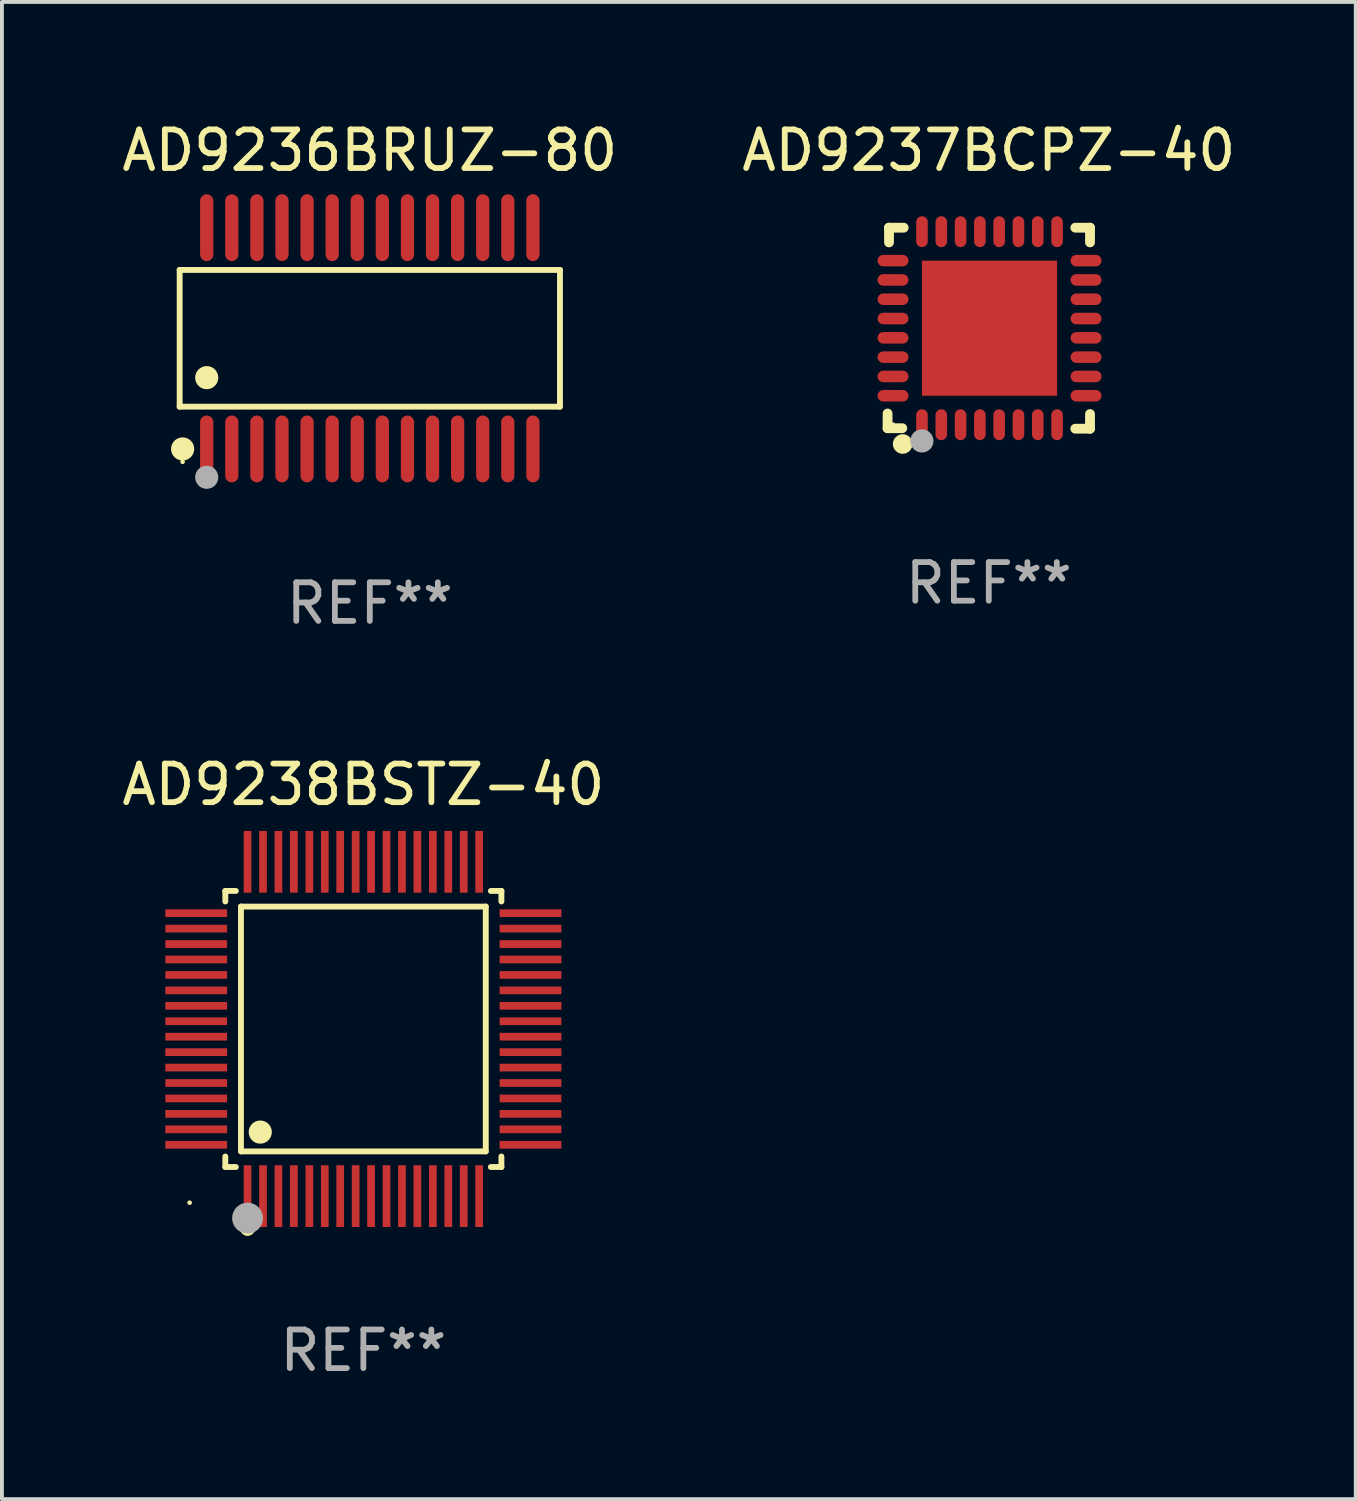
<source format=kicad_pcb>
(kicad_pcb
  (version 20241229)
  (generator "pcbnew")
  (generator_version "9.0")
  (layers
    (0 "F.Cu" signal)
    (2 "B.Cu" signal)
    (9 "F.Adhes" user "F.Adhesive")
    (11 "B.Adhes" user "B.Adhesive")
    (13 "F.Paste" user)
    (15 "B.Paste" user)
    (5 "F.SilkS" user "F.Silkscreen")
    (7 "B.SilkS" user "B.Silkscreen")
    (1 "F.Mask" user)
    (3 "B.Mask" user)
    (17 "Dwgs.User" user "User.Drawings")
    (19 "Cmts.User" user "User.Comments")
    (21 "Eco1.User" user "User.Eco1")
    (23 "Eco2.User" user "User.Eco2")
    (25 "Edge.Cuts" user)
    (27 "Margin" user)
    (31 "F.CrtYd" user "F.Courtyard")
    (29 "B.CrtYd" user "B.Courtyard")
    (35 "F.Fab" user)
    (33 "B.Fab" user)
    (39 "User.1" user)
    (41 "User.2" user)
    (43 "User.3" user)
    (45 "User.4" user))
  (footprint "AD9237BCPZ-40"
    (layer "F.Cu")
    (at 22.565 5.452)
    (property "Reference" "AD9237BCPZ-40" (at 0 -4.604 0) (layer "F.SilkS") (effects (font (size 1 1) (thickness 0.15))))
    (attr through_hole)
    (fp_line (start -2.622 2.21) (end -2.622 2.591) (stroke (width 0.254) (type solid)) (layer "F.SilkS"))
    (fp_line (start -2.622 2.591) (end -2.241 2.591) (stroke (width 0.254) (type solid)) (layer "F.SilkS"))
    (fp_line (start -2.585 -2.604) (end -2.585 -2.223) (stroke (width 0.254) (type solid)) (layer "F.SilkS"))
    (fp_line (start -2.204 -2.604) (end -2.585 -2.604) (stroke (width 0.254) (type solid)) (layer "F.SilkS"))
    (fp_line (start 2.241 2.604) (end 2.622 2.604) (stroke (width 0.254) (type solid)) (layer "F.SilkS"))
    (fp_line (start 2.622 -2.604) (end 2.241 -2.604) (stroke (width 0.254) (type solid)) (layer "F.SilkS"))
    (fp_line (start 2.622 -2.223) (end 2.622 -2.604) (stroke (width 0.254) (type solid)) (layer "F.SilkS"))
    (fp_line (start 2.622 2.604) (end 2.622 2.223) (stroke (width 0.254) (type solid)) (layer "F.SilkS"))
    (fp_circle (center -2.481 2.5) (end -2.451 2.5) (stroke (width 0.06) (type solid)) (fill no) (layer "F.SilkS"))
    (fp_circle (center -2.231 3) (end -2.104 3) (stroke (width 0.254) (type solid)) (fill no) (layer "F.SilkS"))
    (fp_circle (center -1.733 2.921) (end -1.583 2.921) (stroke (width 0.3) (type solid)) (fill no) (layer "F.Fab"))
    (fp_text user "REF**" (at 0 6.604 0) (layer "F.Fab") (effects (font (size 1 1) (thickness 0.15))))
    (pad "1" smd oval (at -1.731 2.5 90) (size 0.8 0.3) (layers "F.Cu" "F.Mask" "F.Paste"))
    (pad "2" smd oval (at -1.231 2.5 90) (size 0.8 0.3) (layers "F.Cu" "F.Mask" "F.Paste"))
    (pad "3" smd oval (at -0.731 2.5 90) (size 0.8 0.3) (layers "F.Cu" "F.Mask" "F.Paste"))
    (pad "4" smd oval (at -0.231 2.5 90) (size 0.8 0.3) (layers "F.Cu" "F.Mask" "F.Paste"))
    (pad "5" smd oval (at 0.269 2.5 90) (size 0.8 0.3) (layers "F.Cu" "F.Mask" "F.Paste"))
    (pad "6" smd oval (at 0.769 2.5 90) (size 0.8 0.3) (layers "F.Cu" "F.Mask" "F.Paste"))
    (pad "7" smd oval (at 1.269 2.5 90) (size 0.8 0.3) (layers "F.Cu" "F.Mask" "F.Paste"))
    (pad "8" smd oval (at 1.769 2.5 90) (size 0.8 0.3) (layers "F.Cu" "F.Mask" "F.Paste"))
    (pad "9" smd oval (at 2.519 1.75 180) (size 0.8 0.3) (layers "F.Cu" "F.Mask" "F.Paste"))
    (pad "10" smd oval (at 2.519 1.25 180) (size 0.8 0.3) (layers "F.Cu" "F.Mask" "F.Paste"))
    (pad "11" smd oval (at 2.519 0.75 180) (size 0.8 0.3) (layers "F.Cu" "F.Mask" "F.Paste"))
    (pad "12" smd oval (at 2.519 0.25 180) (size 0.8 0.3) (layers "F.Cu" "F.Mask" "F.Paste"))
    (pad "13" smd oval (at 2.519 -0.25 180) (size 0.8 0.3) (layers "F.Cu" "F.Mask" "F.Paste"))
    (pad "14" smd oval (at 2.519 -0.75 180) (size 0.8 0.3) (layers "F.Cu" "F.Mask" "F.Paste"))
    (pad "15" smd oval (at 2.519 -1.25 180) (size 0.8 0.3) (layers "F.Cu" "F.Mask" "F.Paste"))
    (pad "16" smd oval (at 2.519 -1.75 180) (size 0.8 0.3) (layers "F.Cu" "F.Mask" "F.Paste"))
    (pad "17" smd oval (at 1.769 -2.5 270) (size 0.8 0.3) (layers "F.Cu" "F.Mask" "F.Paste"))
    (pad "18" smd oval (at 1.269 -2.5 270) (size 0.8 0.3) (layers "F.Cu" "F.Mask" "F.Paste"))
    (pad "19" smd oval (at 0.769 -2.5 270) (size 0.8 0.3) (layers "F.Cu" "F.Mask" "F.Paste"))
    (pad "20" smd oval (at 0.269 -2.5 270) (size 0.8 0.3) (layers "F.Cu" "F.Mask" "F.Paste"))
    (pad "21" smd oval (at -0.231 -2.5 270) (size 0.8 0.3) (layers "F.Cu" "F.Mask" "F.Paste"))
    (pad "22" smd oval (at -0.731 -2.5 270) (size 0.8 0.3) (layers "F.Cu" "F.Mask" "F.Paste"))
    (pad "23" smd oval (at -1.231 -2.5 270) (size 0.8 0.3) (layers "F.Cu" "F.Mask" "F.Paste"))
    (pad "24" smd oval (at -1.731 -2.5 270) (size 0.8 0.3) (layers "F.Cu" "F.Mask" "F.Paste"))
    (pad "25" smd oval (at -2.481 -1.75) (size 0.8 0.3) (layers "F.Cu" "F.Mask" "F.Paste"))
    (pad "26" smd oval (at -2.481 -1.25) (size 0.8 0.3) (layers "F.Cu" "F.Mask" "F.Paste"))
    (pad "27" smd oval (at -2.481 -0.75) (size 0.8 0.3) (layers "F.Cu" "F.Mask" "F.Paste"))
    (pad "28" smd oval (at -2.481 -0.25) (size 0.8 0.3) (layers "F.Cu" "F.Mask" "F.Paste"))
    (pad "29" smd oval (at -2.481 0.25) (size 0.8 0.3) (layers "F.Cu" "F.Mask" "F.Paste"))
    (pad "30" smd oval (at -2.481 0.75) (size 0.8 0.3) (layers "F.Cu" "F.Mask" "F.Paste"))
    (pad "31" smd oval (at -2.481 1.25) (size 0.8 0.3) (layers "F.Cu" "F.Mask" "F.Paste"))
    (pad "32" smd oval (at -2.481 1.75) (size 0.8 0.3) (layers "F.Cu" "F.Mask" "F.Paste"))
    (pad "33" smd rect (at 0.019 -0.000025 90) (size 3.5 3.5) (layers "F.Cu" "F.Mask" "F.Paste")))
  (footprint "AD9238BSTZ-40"
    (layer "F.Cu")
    (at 6.363 23.606)
    (property "Reference" "AD9238BSTZ-40" (at 0 -6.33 0) (layer "F.SilkS") (effects (font (size 1 1) (thickness 0.15))))
    (attr through_hole)
    (fp_line (start -3.576 -3.576) (end -3.303 -3.576) (stroke (width 0.152) (type solid)) (layer "F.SilkS"))
    (fp_line (start -3.576 -3.303) (end -3.576 -3.576) (stroke (width 0.152) (type solid)) (layer "F.SilkS"))
    (fp_line (start -3.576 3.303) (end -3.576 3.576) (stroke (width 0.152) (type solid)) (layer "F.SilkS"))
    (fp_line (start -3.576 3.576) (end -3.303 3.576) (stroke (width 0.152) (type solid)) (layer "F.SilkS"))
    (fp_line (start -3.171 -3.171) (end 3.171 -3.171) (stroke (width 0.152) (type solid)) (layer "F.SilkS"))
    (fp_line (start -3.171 3.171) (end -3.171 -3.171) (stroke (width 0.152) (type solid)) (layer "F.SilkS"))
    (fp_line (start 3.171 -3.171) (end 3.171 3.171) (stroke (width 0.152) (type solid)) (layer "F.SilkS"))
    (fp_line (start 3.171 3.171) (end -3.171 3.171) (stroke (width 0.152) (type solid)) (layer "F.SilkS"))
    (fp_line (start 3.576 -3.576) (end 3.303 -3.576) (stroke (width 0.152) (type solid)) (layer "F.SilkS"))
    (fp_line (start 3.576 -3.303) (end 3.576 -3.576) (stroke (width 0.152) (type solid)) (layer "F.SilkS"))
    (fp_line (start 3.576 3.303) (end 3.576 3.576) (stroke (width 0.152) (type solid)) (layer "F.SilkS"))
    (fp_line (start 3.576 3.576) (end 3.303 3.576) (stroke (width 0.152) (type solid)) (layer "F.SilkS"))
    (fp_circle (center -4.5 4.5) (end -4.47 4.5) (stroke (width 0.06) (type solid)) (fill no) (layer "F.SilkS"))
    (fp_circle (center -3 5.16) (end -2.9 5.16) (stroke (width 0.2) (type solid)) (fill no) (layer "F.SilkS"))
    (fp_circle (center -2.671 2.671) (end -2.521 2.671) (stroke (width 0.3) (type solid)) (fill no) (layer "F.SilkS"))
    (fp_circle (center -3 4.9) (end -2.8 4.9) (stroke (width 0.4) (type solid)) (fill no) (layer "F.Fab"))
    (fp_text user "REF**" (at 0 8.33 0) (layer "F.Fab") (effects (font (size 1 1) (thickness 0.15))))
    (pad "1" smd rect (at -3 4.33) (size 0.2 1.6) (layers "F.Cu" "F.Mask" "F.Paste"))
    (pad "2" smd rect (at -2.6 4.33) (size 0.2 1.6) (layers "F.Cu" "F.Mask" "F.Paste"))
    (pad "3" smd rect (at -2.2 4.33) (size 0.2 1.6) (layers "F.Cu" "F.Mask" "F.Paste"))
    (pad "4" smd rect (at -1.8 4.33) (size 0.2 1.6) (layers "F.Cu" "F.Mask" "F.Paste"))
    (pad "5" smd rect (at -1.4 4.33) (size 0.2 1.6) (layers "F.Cu" "F.Mask" "F.Paste"))
    (pad "6" smd rect (at -1 4.33) (size 0.2 1.6) (layers "F.Cu" "F.Mask" "F.Paste"))
    (pad "7" smd rect (at -0.6 4.33) (size 0.2 1.6) (layers "F.Cu" "F.Mask" "F.Paste"))
    (pad "8" smd rect (at -0.2 4.33) (size 0.2 1.6) (layers "F.Cu" "F.Mask" "F.Paste"))
    (pad "9" smd rect (at 0.2 4.33) (size 0.2 1.6) (layers "F.Cu" "F.Mask" "F.Paste"))
    (pad "10" smd rect (at 0.6 4.33) (size 0.2 1.6) (layers "F.Cu" "F.Mask" "F.Paste"))
    (pad "11" smd rect (at 1 4.33) (size 0.2 1.6) (layers "F.Cu" "F.Mask" "F.Paste"))
    (pad "12" smd rect (at 1.4 4.33) (size 0.2 1.6) (layers "F.Cu" "F.Mask" "F.Paste"))
    (pad "13" smd rect (at 1.8 4.33) (size 0.2 1.6) (layers "F.Cu" "F.Mask" "F.Paste"))
    (pad "14" smd rect (at 2.2 4.33) (size 0.2 1.6) (layers "F.Cu" "F.Mask" "F.Paste"))
    (pad "15" smd rect (at 2.6 4.33) (size 0.2 1.6) (layers "F.Cu" "F.Mask" "F.Paste"))
    (pad "16" smd rect (at 3 4.33) (size 0.2 1.6) (layers "F.Cu" "F.Mask" "F.Paste"))
    (pad "17" smd rect (at 4.33 3) (size 1.6 0.2) (layers "F.Cu" "F.Mask" "F.Paste"))
    (pad "18" smd rect (at 4.33 2.6) (size 1.6 0.2) (layers "F.Cu" "F.Mask" "F.Paste"))
    (pad "19" smd rect (at 4.33 2.2) (size 1.6 0.2) (layers "F.Cu" "F.Mask" "F.Paste"))
    (pad "20" smd rect (at 4.33 1.8) (size 1.6 0.2) (layers "F.Cu" "F.Mask" "F.Paste"))
    (pad "21" smd rect (at 4.33 1.4) (size 1.6 0.2) (layers "F.Cu" "F.Mask" "F.Paste"))
    (pad "22" smd rect (at 4.33 1) (size 1.6 0.2) (layers "F.Cu" "F.Mask" "F.Paste"))
    (pad "23" smd rect (at 4.33 0.6) (size 1.6 0.2) (layers "F.Cu" "F.Mask" "F.Paste"))
    (pad "24" smd rect (at 4.33 0.2) (size 1.6 0.2) (layers "F.Cu" "F.Mask" "F.Paste"))
    (pad "25" smd rect (at 4.33 -0.2) (size 1.6 0.2) (layers "F.Cu" "F.Mask" "F.Paste"))
    (pad "26" smd rect (at 4.33 -0.6) (size 1.6 0.2) (layers "F.Cu" "F.Mask" "F.Paste"))
    (pad "27" smd rect (at 4.33 -1) (size 1.6 0.2) (layers "F.Cu" "F.Mask" "F.Paste"))
    (pad "28" smd rect (at 4.33 -1.4) (size 1.6 0.2) (layers "F.Cu" "F.Mask" "F.Paste"))
    (pad "29" smd rect (at 4.33 -1.8) (size 1.6 0.2) (layers "F.Cu" "F.Mask" "F.Paste"))
    (pad "30" smd rect (at 4.33 -2.2) (size 1.6 0.2) (layers "F.Cu" "F.Mask" "F.Paste"))
    (pad "31" smd rect (at 4.33 -2.6) (size 1.6 0.2) (layers "F.Cu" "F.Mask" "F.Paste"))
    (pad "32" smd rect (at 4.33 -3) (size 1.6 0.2) (layers "F.Cu" "F.Mask" "F.Paste"))
    (pad "33" smd rect (at 3 -4.33) (size 0.2 1.6) (layers "F.Cu" "F.Mask" "F.Paste"))
    (pad "34" smd rect (at 2.6 -4.33) (size 0.2 1.6) (layers "F.Cu" "F.Mask" "F.Paste"))
    (pad "35" smd rect (at 2.2 -4.33) (size 0.2 1.6) (layers "F.Cu" "F.Mask" "F.Paste"))
    (pad "36" smd rect (at 1.8 -4.33) (size 0.2 1.6) (layers "F.Cu" "F.Mask" "F.Paste"))
    (pad "37" smd rect (at 1.4 -4.33) (size 0.2 1.6) (layers "F.Cu" "F.Mask" "F.Paste"))
    (pad "38" smd rect (at 1 -4.33) (size 0.2 1.6) (layers "F.Cu" "F.Mask" "F.Paste"))
    (pad "39" smd rect (at 0.6 -4.33) (size 0.2 1.6) (layers "F.Cu" "F.Mask" "F.Paste"))
    (pad "40" smd rect (at 0.2 -4.33) (size 0.2 1.6) (layers "F.Cu" "F.Mask" "F.Paste"))
    (pad "41" smd rect (at -0.2 -4.33) (size 0.2 1.6) (layers "F.Cu" "F.Mask" "F.Paste"))
    (pad "42" smd rect (at -0.6 -4.33) (size 0.2 1.6) (layers "F.Cu" "F.Mask" "F.Paste"))
    (pad "43" smd rect (at -1 -4.33) (size 0.2 1.6) (layers "F.Cu" "F.Mask" "F.Paste"))
    (pad "44" smd rect (at -1.4 -4.33) (size 0.2 1.6) (layers "F.Cu" "F.Mask" "F.Paste"))
    (pad "45" smd rect (at -1.8 -4.33) (size 0.2 1.6) (layers "F.Cu" "F.Mask" "F.Paste"))
    (pad "46" smd rect (at -2.2 -4.33) (size 0.2 1.6) (layers "F.Cu" "F.Mask" "F.Paste"))
    (pad "47" smd rect (at -2.6 -4.33) (size 0.2 1.6) (layers "F.Cu" "F.Mask" "F.Paste"))
    (pad "48" smd rect (at -3 -4.33) (size 0.2 1.6) (layers "F.Cu" "F.Mask" "F.Paste"))
    (pad "49" smd rect (at -4.33 -3) (size 1.6 0.2) (layers "F.Cu" "F.Mask" "F.Paste"))
    (pad "50" smd rect (at -4.33 -2.6) (size 1.6 0.2) (layers "F.Cu" "F.Mask" "F.Paste"))
    (pad "51" smd rect (at -4.33 -2.2) (size 1.6 0.2) (layers "F.Cu" "F.Mask" "F.Paste"))
    (pad "52" smd rect (at -4.33 -1.8) (size 1.6 0.2) (layers "F.Cu" "F.Mask" "F.Paste"))
    (pad "53" smd rect (at -4.33 -1.4) (size 1.6 0.2) (layers "F.Cu" "F.Mask" "F.Paste"))
    (pad "54" smd rect (at -4.33 -1) (size 1.6 0.2) (layers "F.Cu" "F.Mask" "F.Paste"))
    (pad "55" smd rect (at -4.33 -0.6) (size 1.6 0.2) (layers "F.Cu" "F.Mask" "F.Paste"))
    (pad "56" smd rect (at -4.33 -0.2) (size 1.6 0.2) (layers "F.Cu" "F.Mask" "F.Paste"))
    (pad "57" smd rect (at -4.33 0.2) (size 1.6 0.2) (layers "F.Cu" "F.Mask" "F.Paste"))
    (pad "58" smd rect (at -4.33 0.6) (size 1.6 0.2) (layers "F.Cu" "F.Mask" "F.Paste"))
    (pad "59" smd rect (at -4.33 1) (size 1.6 0.2) (layers "F.Cu" "F.Mask" "F.Paste"))
    (pad "60" smd rect (at -4.33 1.4) (size 1.6 0.2) (layers "F.Cu" "F.Mask" "F.Paste"))
    (pad "61" smd rect (at -4.33 1.8) (size 1.6 0.2) (layers "F.Cu" "F.Mask" "F.Paste"))
    (pad "62" smd rect (at -4.33 2.2) (size 1.6 0.2) (layers "F.Cu" "F.Mask" "F.Paste"))
    (pad "63" smd rect (at -4.33 2.6) (size 1.6 0.2) (layers "F.Cu" "F.Mask" "F.Paste"))
    (pad "64" smd rect (at -4.33 3) (size 1.6 0.2) (layers "F.Cu" "F.Mask" "F.Paste")))
  (footprint "AD9236BRUZ-80"
    (layer "F.Cu")
    (at 6.53 5.714)
    (property "Reference" "AD9236BRUZ-80" (at 0 -4.866 0) (layer "F.SilkS") (effects (font (size 1 1) (thickness 0.15))))
    (attr through_hole)
    (fp_line (start -4.926 -1.772) (end 4.926 -1.772) (stroke (width 0.152) (type solid)) (layer "F.SilkS"))
    (fp_line (start -4.926 1.771) (end -4.926 -1.772) (stroke (width 0.152) (type solid)) (layer "F.SilkS"))
    (fp_line (start 4.926 -1.772) (end 4.926 1.771) (stroke (width 0.152) (type solid)) (layer "F.SilkS"))
    (fp_line (start 4.926 1.771) (end -4.926 1.771) (stroke (width 0.152) (type solid)) (layer "F.SilkS"))
    (fp_circle (center -4.85 3.2) (end -4.82 3.2) (stroke (width 0.06) (type solid)) (fill no) (layer "F.SilkS"))
    (fp_circle (center -4.849 2.866) (end -4.699 2.866) (stroke (width 0.3) (type solid)) (fill no) (layer "F.SilkS"))
    (fp_circle (center -4.225 1.019) (end -4.075 1.019) (stroke (width 0.3) (type solid)) (fill no) (layer "F.SilkS"))
    (fp_circle (center -4.225 3.6) (end -4.075 3.6) (stroke (width 0.3) (type solid)) (fill no) (layer "F.Fab"))
    (fp_text user "REF**" (at 0 6.866 0) (layer "F.Fab") (effects (font (size 1 1) (thickness 0.15))))
    (pad "1" smd oval (at -4.225 2.866) (size 0.343 1.731) (layers "F.Cu" "F.Mask" "F.Paste"))
    (pad "2" smd oval (at -3.575 2.866) (size 0.343 1.731) (layers "F.Cu" "F.Mask" "F.Paste"))
    (pad "3" smd oval (at -2.925 2.866) (size 0.343 1.731) (layers "F.Cu" "F.Mask" "F.Paste"))
    (pad "4" smd oval (at -2.275 2.866) (size 0.343 1.731) (layers "F.Cu" "F.Mask" "F.Paste"))
    (pad "5" smd oval (at -1.625 2.866) (size 0.343 1.731) (layers "F.Cu" "F.Mask" "F.Paste"))
    (pad "6" smd oval (at -0.975 2.866) (size 0.343 1.731) (layers "F.Cu" "F.Mask" "F.Paste"))
    (pad "7" smd oval (at -0.325 2.866) (size 0.343 1.731) (layers "F.Cu" "F.Mask" "F.Paste"))
    (pad "8" smd oval (at 0.325 2.866) (size 0.343 1.731) (layers "F.Cu" "F.Mask" "F.Paste"))
    (pad "9" smd oval (at 0.975 2.866) (size 0.343 1.731) (layers "F.Cu" "F.Mask" "F.Paste"))
    (pad "10" smd oval (at 1.625 2.866) (size 0.343 1.731) (layers "F.Cu" "F.Mask" "F.Paste"))
    (pad "11" smd oval (at 2.275 2.866) (size 0.343 1.731) (layers "F.Cu" "F.Mask" "F.Paste"))
    (pad "12" smd oval (at 2.925 2.866) (size 0.343 1.731) (layers "F.Cu" "F.Mask" "F.Paste"))
    (pad "13" smd oval (at 3.575 2.866) (size 0.343 1.731) (layers "F.Cu" "F.Mask" "F.Paste"))
    (pad "14" smd oval (at 4.225 2.866) (size 0.343 1.731) (layers "F.Cu" "F.Mask" "F.Paste"))
    (pad "15" smd oval (at 4.225 -2.866) (size 0.343 1.731) (layers "F.Cu" "F.Mask" "F.Paste"))
    (pad "16" smd oval (at 3.575 -2.866) (size 0.343 1.731) (layers "F.Cu" "F.Mask" "F.Paste"))
    (pad "17" smd oval (at 2.925 -2.866) (size 0.343 1.731) (layers "F.Cu" "F.Mask" "F.Paste"))
    (pad "18" smd oval (at 2.275 -2.866) (size 0.343 1.731) (layers "F.Cu" "F.Mask" "F.Paste"))
    (pad "19" smd oval (at 1.625 -2.866) (size 0.343 1.731) (layers "F.Cu" "F.Mask" "F.Paste"))
    (pad "20" smd oval (at 0.975 -2.866) (size 0.343 1.731) (layers "F.Cu" "F.Mask" "F.Paste"))
    (pad "21" smd oval (at 0.325 -2.866) (size 0.343 1.731) (layers "F.Cu" "F.Mask" "F.Paste"))
    (pad "22" smd oval (at -0.325 -2.866) (size 0.343 1.731) (layers "F.Cu" "F.Mask" "F.Paste"))
    (pad "23" smd oval (at -0.975 -2.866) (size 0.343 1.731) (layers "F.Cu" "F.Mask" "F.Paste"))
    (pad "24" smd oval (at -1.625 -2.866) (size 0.343 1.731) (layers "F.Cu" "F.Mask" "F.Paste"))
    (pad "25" smd oval (at -2.275 -2.866) (size 0.343 1.731) (layers "F.Cu" "F.Mask" "F.Paste"))
    (pad "26" smd oval (at -2.925 -2.866) (size 0.343 1.731) (layers "F.Cu" "F.Mask" "F.Paste"))
    (pad "27" smd oval (at -3.575 -2.866) (size 0.343 1.731) (layers "F.Cu" "F.Mask" "F.Paste"))
    (pad "28" smd oval (at -4.225 -2.866) (size 0.343 1.731) (layers "F.Cu" "F.Mask" "F.Paste")))
  (gr_rect
    (start -3 -3)
    (end 32.071 35.785)
    (stroke (width 0.1) (type default))
    (fill no)
    (layer "Edge.Cuts")))
</source>
